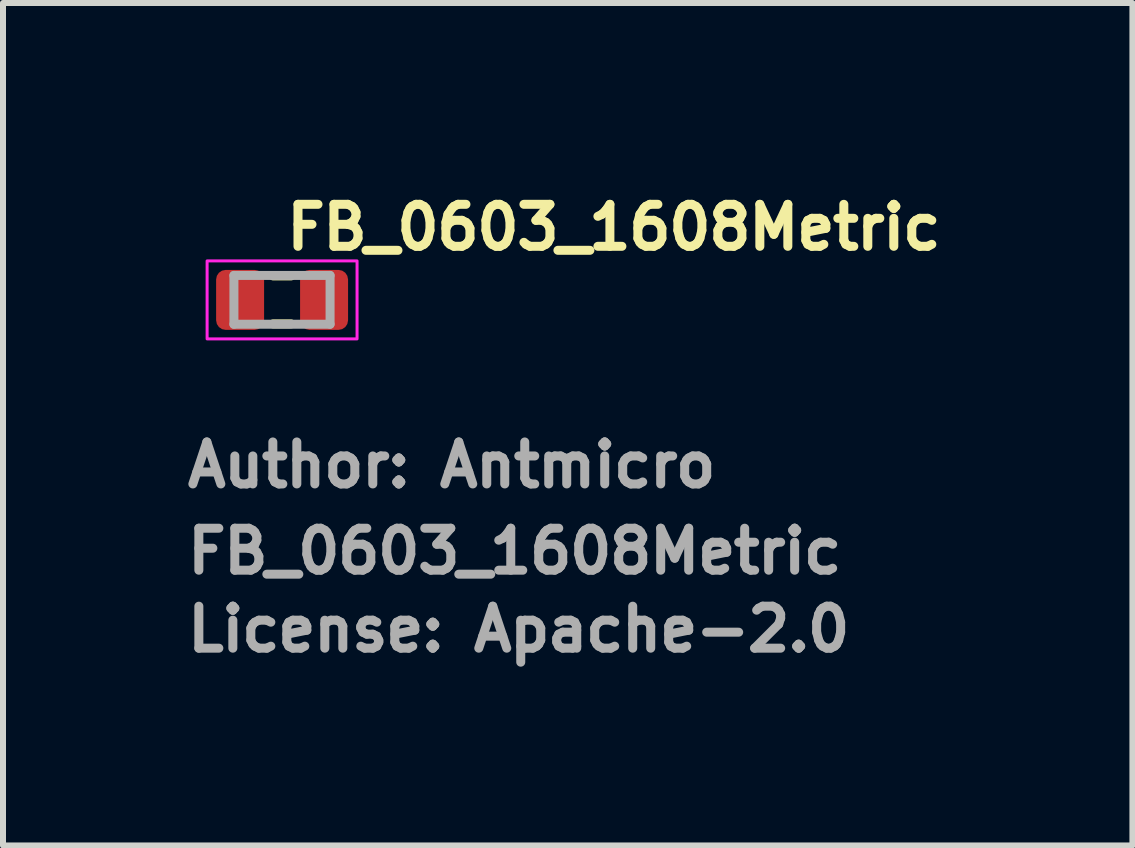
<source format=kicad_pcb>
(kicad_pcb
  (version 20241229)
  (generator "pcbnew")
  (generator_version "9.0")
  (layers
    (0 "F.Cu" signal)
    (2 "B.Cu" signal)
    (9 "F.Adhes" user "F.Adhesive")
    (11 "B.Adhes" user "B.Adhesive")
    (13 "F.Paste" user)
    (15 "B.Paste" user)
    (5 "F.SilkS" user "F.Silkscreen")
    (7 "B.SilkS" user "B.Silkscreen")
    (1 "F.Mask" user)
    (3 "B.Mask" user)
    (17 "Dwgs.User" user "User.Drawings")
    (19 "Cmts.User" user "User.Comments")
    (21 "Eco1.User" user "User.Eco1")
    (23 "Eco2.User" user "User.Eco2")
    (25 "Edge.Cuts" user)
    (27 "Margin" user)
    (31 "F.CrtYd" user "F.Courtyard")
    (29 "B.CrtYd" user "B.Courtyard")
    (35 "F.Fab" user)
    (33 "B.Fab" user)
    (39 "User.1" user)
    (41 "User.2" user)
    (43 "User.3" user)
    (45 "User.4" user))
  (footprint "FB_0603_1608Metric"
    (layer "F.Cu")
    (at 1.653 1.95)
    (property "Reference" "FB_0603_1608Metric" (at 0 -0.8 0) (layer "F.SilkS") (effects (font (size 0.7 0.7) (thickness 0.15)) (justify left bottom)))
    (attr smd)
    (fp_line (start -0.15 -0.4) (end 0.15 -0.4) (stroke (width 0.15) (type solid)) (layer "F.SilkS"))
    (fp_line (start -0.15 0.4) (end 0.15 0.4) (stroke (width 0.15) (type solid)) (layer "F.SilkS"))
    (fp_rect (start -1.25 -0.65) (end 1.25 0.65) (stroke (width 0.05) (type solid)) (fill no) (layer "F.CrtYd"))
    (fp_line (start -0.803 0.406) (end -0.803 -0.408) (stroke (width 0.15) (type solid)) (layer "F.Fab"))
    (fp_line (start 0.8 -0.408) (end -0.803 -0.408) (stroke (width 0.15) (type solid)) (layer "F.Fab"))
    (fp_line (start 0.8 -0.408) (end 0.8 0.406) (stroke (width 0.15) (type solid)) (layer "F.Fab"))
    (fp_line (start 0.8 0.406) (end -0.803 0.406) (stroke (width 0.15) (type solid)) (layer "F.Fab"))
    (fp_rect (start -0.802 -0.402) (end 0.8 0.4) (stroke (width 0.1) (type solid)) (fill no) (layer "User.5"))
    (fp_line (start -0.802 -0.392) (end -0.802 -0.392) (stroke (width 0.02) (type solid)) (layer "User.9"))
    (fp_line (start -0.802 -0.392) (end -0.801 -0.391) (stroke (width 0.02) (type solid)) (layer "User.9"))
    (fp_line (start -0.802 0.39) (end -0.802 -0.392) (stroke (width 0.02) (type solid)) (layer "User.9"))
    (fp_line (start -0.802 0.39) (end -0.802 0.39) (stroke (width 0.02) (type solid)) (layer "User.9"))
    (fp_line (start -0.802 0.39) (end -0.801 0.39) (stroke (width 0.02) (type solid)) (layer "User.9"))
    (fp_line (start -0.801 -0.396) (end -0.801 -0.395) (stroke (width 0.02) (type solid)) (layer "User.9"))
    (fp_line (start -0.801 -0.395) (end -0.801 -0.395) (stroke (width 0.02) (type solid)) (layer "User.9"))
    (fp_line (start -0.801 -0.395) (end -0.801 -0.394) (stroke (width 0.02) (type solid)) (layer "User.9"))
    (fp_line (start -0.801 -0.394) (end -0.801 -0.394) (stroke (width 0.02) (type solid)) (layer "User.9"))
    (fp_line (start -0.801 -0.394) (end -0.801 -0.394) (stroke (width 0.02) (type solid)) (layer "User.9"))
    (fp_line (start -0.801 -0.394) (end -0.801 -0.393) (stroke (width 0.02) (type solid)) (layer "User.9"))
    (fp_line (start -0.801 -0.393) (end -0.801 -0.393) (stroke (width 0.02) (type solid)) (layer "User.9"))
    (fp_line (start -0.801 -0.393) (end -0.801 -0.392) (stroke (width 0.02) (type solid)) (layer "User.9"))
    (fp_line (start -0.801 -0.392) (end -0.802 -0.392) (stroke (width 0.02) (type solid)) (layer "User.9"))
    (fp_line (start -0.801 -0.391) (end -0.801 -0.39) (stroke (width 0.02) (type solid)) (layer "User.9"))
    (fp_line (start -0.801 -0.39) (end -0.801 -0.39) (stroke (width 0.02) (type solid)) (layer "User.9"))
    (fp_line (start -0.801 -0.39) (end -0.801 -0.389) (stroke (width 0.02) (type solid)) (layer "User.9"))
    (fp_line (start -0.801 -0.389) (end -0.801 -0.389) (stroke (width 0.02) (type solid)) (layer "User.9"))
    (fp_line (start -0.801 -0.389) (end -0.801 -0.389) (stroke (width 0.02) (type solid)) (layer "User.9"))
    (fp_line (start -0.801 -0.389) (end -0.801 -0.388) (stroke (width 0.02) (type solid)) (layer "User.9"))
    (fp_line (start -0.801 -0.388) (end -0.801 -0.388) (stroke (width 0.02) (type solid)) (layer "User.9"))
    (fp_line (start -0.801 -0.388) (end -0.801 -0.387) (stroke (width 0.02) (type solid)) (layer "User.9"))
    (fp_line (start -0.801 -0.387) (end -0.8 -0.387) (stroke (width 0.02) (type solid)) (layer "User.9"))
    (fp_line (start -0.801 0.385) (end -0.801 0.386) (stroke (width 0.02) (type solid)) (layer "User.9"))
    (fp_line (start -0.801 0.386) (end -0.801 0.386) (stroke (width 0.02) (type solid)) (layer "User.9"))
    (fp_line (start -0.801 0.386) (end -0.801 0.387) (stroke (width 0.02) (type solid)) (layer "User.9"))
    (fp_line (start -0.801 0.387) (end -0.801 0.387) (stroke (width 0.02) (type solid)) (layer "User.9"))
    (fp_line (start -0.801 0.387) (end -0.801 0.387) (stroke (width 0.02) (type solid)) (layer "User.9"))
    (fp_line (start -0.801 0.387) (end -0.801 0.388) (stroke (width 0.02) (type solid)) (layer "User.9"))
    (fp_line (start -0.801 0.388) (end -0.801 0.388) (stroke (width 0.02) (type solid)) (layer "User.9"))
    (fp_line (start -0.801 0.388) (end -0.801 0.389) (stroke (width 0.02) (type solid)) (layer "User.9"))
    (fp_line (start -0.801 0.389) (end -0.802 0.39) (stroke (width 0.02) (type solid)) (layer "User.9"))
    (fp_line (start -0.801 0.39) (end -0.801 0.391) (stroke (width 0.02) (type solid)) (layer "User.9"))
    (fp_line (start -0.801 0.391) (end -0.801 0.391) (stroke (width 0.02) (type solid)) (layer "User.9"))
    (fp_line (start -0.801 0.391) (end -0.801 0.392) (stroke (width 0.02) (type solid)) (layer "User.9"))
    (fp_line (start -0.801 0.392) (end -0.801 0.392) (stroke (width 0.02) (type solid)) (layer "User.9"))
    (fp_line (start -0.801 0.392) (end -0.801 0.392) (stroke (width 0.02) (type solid)) (layer "User.9"))
    (fp_line (start -0.801 0.392) (end -0.801 0.393) (stroke (width 0.02) (type solid)) (layer "User.9"))
    (fp_line (start -0.801 0.393) (end -0.801 0.393) (stroke (width 0.02) (type solid)) (layer "User.9"))
    (fp_line (start -0.801 0.393) (end -0.801 0.394) (stroke (width 0.02) (type solid)) (layer "User.9"))
    (fp_line (start -0.801 0.394) (end -0.8 0.394) (stroke (width 0.02) (type solid)) (layer "User.9"))
    (fp_line (start -0.8 -0.397) (end -0.8 -0.397) (stroke (width 0.02) (type solid)) (layer "User.9"))
    (fp_line (start -0.8 -0.397) (end -0.8 -0.397) (stroke (width 0.02) (type solid)) (layer "User.9"))
    (fp_line (start -0.8 -0.397) (end -0.8 -0.396) (stroke (width 0.02) (type solid)) (layer "User.9"))
    (fp_line (start -0.8 -0.396) (end -0.801 -0.396) (stroke (width 0.02) (type solid)) (layer "User.9"))
    (fp_line (start -0.8 -0.387) (end -0.8 -0.386) (stroke (width 0.02) (type solid)) (layer "User.9"))
    (fp_line (start -0.8 -0.386) (end -0.8 -0.386) (stroke (width 0.02) (type solid)) (layer "User.9"))
    (fp_line (start -0.8 -0.386) (end -0.8 -0.386) (stroke (width 0.02) (type solid)) (layer "User.9"))
    (fp_line (start -0.8 -0.386) (end -0.799 -0.384) (stroke (width 0.02) (type solid)) (layer "User.9"))
    (fp_line (start -0.8 0.384) (end -0.8 0.384) (stroke (width 0.02) (type solid)) (layer "User.9"))
    (fp_line (start -0.8 0.384) (end -0.8 0.384) (stroke (width 0.02) (type solid)) (layer "User.9"))
    (fp_line (start -0.8 0.384) (end -0.8 0.385) (stroke (width 0.02) (type solid)) (layer "User.9"))
    (fp_line (start -0.8 0.385) (end -0.801 0.385) (stroke (width 0.02) (type solid)) (layer "User.9"))
    (fp_line (start -0.8 0.394) (end -0.8 0.395) (stroke (width 0.02) (type solid)) (layer "User.9"))
    (fp_line (start -0.8 0.395) (end -0.8 0.395) (stroke (width 0.02) (type solid)) (layer "User.9"))
    (fp_line (start -0.8 0.395) (end -0.8 0.395) (stroke (width 0.02) (type solid)) (layer "User.9"))
    (fp_line (start -0.8 0.395) (end -0.799 0.396) (stroke (width 0.02) (type solid)) (layer "User.9"))
    (fp_line (start -0.799 -0.399) (end -0.799 -0.398) (stroke (width 0.02) (type solid)) (layer "User.9"))
    (fp_line (start -0.799 -0.398) (end -0.8 -0.397) (stroke (width 0.02) (type solid)) (layer "User.9"))
    (fp_line (start -0.799 -0.398) (end -0.799 -0.398) (stroke (width 0.02) (type solid)) (layer "User.9"))
    (fp_line (start -0.799 -0.384) (end -0.799 -0.384) (stroke (width 0.02) (type solid)) (layer "User.9"))
    (fp_line (start -0.799 -0.384) (end -0.799 -0.383) (stroke (width 0.02) (type solid)) (layer "User.9"))
    (fp_line (start -0.799 -0.383) (end -0.798 -0.383) (stroke (width 0.02) (type solid)) (layer "User.9"))
    (fp_line (start -0.799 0.381) (end -0.799 0.382) (stroke (width 0.02) (type solid)) (layer "User.9"))
    (fp_line (start -0.799 0.382) (end -0.8 0.384) (stroke (width 0.02) (type solid)) (layer "User.9"))
    (fp_line (start -0.799 0.382) (end -0.799 0.382) (stroke (width 0.02) (type solid)) (layer "User.9"))
    (fp_line (start -0.799 0.396) (end -0.799 0.396) (stroke (width 0.02) (type solid)) (layer "User.9"))
    (fp_line (start -0.799 0.396) (end -0.799 0.397) (stroke (width 0.02) (type solid)) (layer "User.9"))
    (fp_line (start -0.799 0.397) (end -0.798 0.397) (stroke (width 0.02) (type solid)) (layer "User.9"))
    (fp_line (start -0.798 -0.399) (end -0.799 -0.399) (stroke (width 0.02) (type solid)) (layer "User.9"))
    (fp_line (start -0.798 -0.399) (end -0.798 -0.399) (stroke (width 0.02) (type solid)) (layer "User.9"))
    (fp_line (start -0.798 -0.383) (end -0.798 -0.383) (stroke (width 0.02) (type solid)) (layer "User.9"))
    (fp_line (start -0.798 -0.383) (end -0.797 -0.382) (stroke (width 0.02) (type solid)) (layer "User.9"))
    (fp_line (start -0.798 0.381) (end -0.799 0.381) (stroke (width 0.02) (type solid)) (layer "User.9"))
    (fp_line (start -0.798 0.381) (end -0.798 0.381) (stroke (width 0.02) (type solid)) (layer "User.9"))
    (fp_line (start -0.798 0.397) (end -0.798 0.397) (stroke (width 0.02) (type solid)) (layer "User.9"))
    (fp_line (start -0.798 0.397) (end -0.797 0.398) (stroke (width 0.02) (type solid)) (layer "User.9"))
    (fp_line (start -0.797 -0.4) (end -0.798 -0.399) (stroke (width 0.02) (type solid)) (layer "User.9"))
    (fp_line (start -0.797 -0.4) (end -0.797 -0.4) (stroke (width 0.02) (type solid)) (layer "User.9"))
    (fp_line (start -0.797 -0.4) (end -0.797 -0.4) (stroke (width 0.02) (type solid)) (layer "User.9"))
    (fp_line (start -0.797 -0.382) (end -0.797 -0.382) (stroke (width 0.02) (type solid)) (layer "User.9"))
    (fp_line (start -0.797 -0.382) (end -0.797 -0.382) (stroke (width 0.02) (type solid)) (layer "User.9"))
    (fp_line (start -0.797 -0.382) (end -0.796 -0.382) (stroke (width 0.02) (type solid)) (layer "User.9"))
    (fp_line (start -0.797 0.38) (end -0.798 0.381) (stroke (width 0.02) (type solid)) (layer "User.9"))
    (fp_line (start -0.797 0.38) (end -0.797 0.38) (stroke (width 0.02) (type solid)) (layer "User.9"))
    (fp_line (start -0.797 0.38) (end -0.797 0.38) (stroke (width 0.02) (type solid)) (layer "User.9"))
    (fp_line (start -0.797 0.398) (end -0.797 0.398) (stroke (width 0.02) (type solid)) (layer "User.9"))
    (fp_line (start -0.797 0.398) (end -0.797 0.398) (stroke (width 0.02) (type solid)) (layer "User.9"))
    (fp_line (start -0.797 0.398) (end -0.796 0.398) (stroke (width 0.02) (type solid)) (layer "User.9"))
    (fp_line (start -0.796 -0.401) (end -0.796 -0.4) (stroke (width 0.02) (type solid)) (layer "User.9"))
    (fp_line (start -0.796 -0.4) (end -0.797 -0.4) (stroke (width 0.02) (type solid)) (layer "User.9"))
    (fp_line (start -0.796 -0.382) (end -0.796 -0.381) (stroke (width 0.02) (type solid)) (layer "User.9"))
    (fp_line (start -0.796 -0.381) (end -0.795 -0.381) (stroke (width 0.02) (type solid)) (layer "User.9"))
    (fp_line (start -0.796 0.379) (end -0.796 0.38) (stroke (width 0.02) (type solid)) (layer "User.9"))
    (fp_line (start -0.796 0.38) (end -0.797 0.38) (stroke (width 0.02) (type solid)) (layer "User.9"))
    (fp_line (start -0.796 0.398) (end -0.796 0.399) (stroke (width 0.02) (type solid)) (layer "User.9"))
    (fp_line (start -0.796 0.399) (end -0.795 0.399) (stroke (width 0.02) (type solid)) (layer "User.9"))
    (fp_line (start -0.795 -0.401) (end -0.796 -0.401) (stroke (width 0.02) (type solid)) (layer "User.9"))
    (fp_line (start -0.795 -0.401) (end -0.795 -0.401) (stroke (width 0.02) (type solid)) (layer "User.9"))
    (fp_line (start -0.795 -0.381) (end -0.795 -0.381) (stroke (width 0.02) (type solid)) (layer "User.9"))
    (fp_line (start -0.795 -0.381) (end -0.794 -0.381) (stroke (width 0.02) (type solid)) (layer "User.9"))
    (fp_line (start -0.795 0.379) (end -0.796 0.379) (stroke (width 0.02) (type solid)) (layer "User.9"))
    (fp_line (start -0.795 0.379) (end -0.795 0.379) (stroke (width 0.02) (type solid)) (layer "User.9"))
    (fp_line (start -0.795 0.399) (end -0.795 0.399) (stroke (width 0.02) (type solid)) (layer "User.9"))
    (fp_line (start -0.795 0.399) (end -0.794 0.399) (stroke (width 0.02) (type solid)) (layer "User.9"))
    (fp_line (start -0.794 -0.401) (end -0.795 -0.401) (stroke (width 0.02) (type solid)) (layer "User.9"))
    (fp_line (start -0.794 -0.401) (end -0.794 -0.401) (stroke (width 0.02) (type solid)) (layer "User.9"))
    (fp_line (start -0.794 -0.401) (end -0.794 -0.401) (stroke (width 0.02) (type solid)) (layer "User.9"))
    (fp_line (start -0.794 -0.381) (end -0.794 -0.381) (stroke (width 0.02) (type solid)) (layer "User.9"))
    (fp_line (start -0.794 -0.381) (end -0.794 -0.381) (stroke (width 0.02) (type solid)) (layer "User.9"))
    (fp_line (start -0.794 -0.381) (end -0.793 -0.381) (stroke (width 0.02) (type solid)) (layer "User.9"))
    (fp_line (start -0.794 0.379) (end -0.795 0.379) (stroke (width 0.02) (type solid)) (layer "User.9"))
    (fp_line (start -0.794 0.379) (end -0.794 0.379) (stroke (width 0.02) (type solid)) (layer "User.9"))
    (fp_line (start -0.794 0.379) (end -0.794 0.379) (stroke (width 0.02) (type solid)) (layer "User.9"))
    (fp_line (start -0.794 0.399) (end -0.794 0.399) (stroke (width 0.02) (type solid)) (layer "User.9"))
    (fp_line (start -0.794 0.399) (end -0.794 0.399) (stroke (width 0.02) (type solid)) (layer "User.9"))
    (fp_line (start -0.794 0.399) (end -0.793 0.399) (stroke (width 0.02) (type solid)) (layer "User.9"))
    (fp_line (start -0.793 -0.401) (end -0.794 -0.401) (stroke (width 0.02) (type solid)) (layer "User.9"))
    (fp_line (start -0.793 -0.401) (end -0.793 -0.401) (stroke (width 0.02) (type solid)) (layer "User.9"))
    (fp_line (start -0.793 -0.381) (end -0.793 -0.381) (stroke (width 0.02) (type solid)) (layer "User.9"))
    (fp_line (start -0.793 -0.381) (end -0.792 -0.381) (stroke (width 0.02) (type solid)) (layer "User.9"))
    (fp_line (start -0.793 0.379) (end -0.794 0.379) (stroke (width 0.02) (type solid)) (layer "User.9"))
    (fp_line (start -0.793 0.379) (end -0.793 0.379) (stroke (width 0.02) (type solid)) (layer "User.9"))
    (fp_line (start -0.793 0.399) (end -0.793 0.399) (stroke (width 0.02) (type solid)) (layer "User.9"))
    (fp_line (start -0.793 0.399) (end -0.792 0.399) (stroke (width 0.02) (type solid)) (layer "User.9"))
    (fp_line (start -0.792 -0.402) (end -0.792 -0.402) (stroke (width 0.02) (type solid)) (layer "User.9"))
    (fp_line (start -0.792 -0.402) (end -0.792 -0.401) (stroke (width 0.02) (type solid)) (layer "User.9"))
    (fp_line (start -0.792 -0.402) (end -0.777 -0.402) (stroke (width 0.02) (type solid)) (layer "User.9"))
    (fp_line (start -0.792 -0.402) (end -0.772 -0.402) (stroke (width 0.02) (type solid)) (layer "User.9"))
    (fp_line (start -0.792 -0.401) (end -0.793 -0.401) (stroke (width 0.02) (type solid)) (layer "User.9"))
    (fp_line (start -0.792 -0.381) (end -0.792 -0.38) (stroke (width 0.02) (type solid)) (layer "User.9"))
    (fp_line (start -0.792 -0.38) (end -0.792 -0.38) (stroke (width 0.02) (type solid)) (layer "User.9"))
    (fp_line (start -0.792 -0.38) (end -0.791 -0.381) (stroke (width 0.02) (type solid)) (layer "User.9"))
    (fp_line (start -0.792 0.378) (end -0.792 0.378) (stroke (width 0.02) (type solid)) (layer "User.9"))
    (fp_line (start -0.792 0.378) (end -0.792 0.379) (stroke (width 0.02) (type solid)) (layer "User.9"))
    (fp_line (start -0.792 0.379) (end -0.793 0.379) (stroke (width 0.02) (type solid)) (layer "User.9"))
    (fp_line (start -0.792 0.399) (end -0.792 0.4) (stroke (width 0.02) (type solid)) (layer "User.9"))
    (fp_line (start -0.792 0.4) (end -0.792 0.4) (stroke (width 0.02) (type solid)) (layer "User.9"))
    (fp_line (start -0.792 0.4) (end -0.791 0.399) (stroke (width 0.02) (type solid)) (layer "User.9"))
    (fp_line (start -0.792 0.4) (end -0.777 0.4) (stroke (width 0.02) (type solid)) (layer "User.9"))
    (fp_line (start -0.792 0.4) (end -0.772 0.4) (stroke (width 0.02) (type solid)) (layer "User.9"))
    (fp_line (start -0.791 -0.401) (end -0.792 -0.402) (stroke (width 0.02) (type solid)) (layer "User.9"))
    (fp_line (start -0.791 -0.381) (end -0.79 -0.381) (stroke (width 0.02) (type solid)) (layer "User.9"))
    (fp_line (start -0.791 0.379) (end -0.792 0.378) (stroke (width 0.02) (type solid)) (layer "User.9"))
    (fp_line (start -0.791 0.399) (end -0.79 0.399) (stroke (width 0.02) (type solid)) (layer "User.9"))
    (fp_line (start -0.79 -0.401) (end -0.791 -0.401) (stroke (width 0.02) (type solid)) (layer "User.9"))
    (fp_line (start -0.79 -0.401) (end -0.79 -0.401) (stroke (width 0.02) (type solid)) (layer "User.9"))
    (fp_line (start -0.79 -0.381) (end -0.79 -0.381) (stroke (width 0.02) (type solid)) (layer "User.9"))
    (fp_line (start -0.79 -0.381) (end -0.789 -0.381) (stroke (width 0.02) (type solid)) (layer "User.9"))
    (fp_line (start -0.79 0.379) (end -0.791 0.379) (stroke (width 0.02) (type solid)) (layer "User.9"))
    (fp_line (start -0.79 0.379) (end -0.79 0.379) (stroke (width 0.02) (type solid)) (layer "User.9"))
    (fp_line (start -0.79 0.399) (end -0.79 0.399) (stroke (width 0.02) (type solid)) (layer "User.9"))
    (fp_line (start -0.79 0.399) (end -0.789 0.399) (stroke (width 0.02) (type solid)) (layer "User.9"))
    (fp_line (start -0.789 -0.401) (end -0.79 -0.401) (stroke (width 0.02) (type solid)) (layer "User.9"))
    (fp_line (start -0.789 -0.401) (end -0.789 -0.401) (stroke (width 0.02) (type solid)) (layer "User.9"))
    (fp_line (start -0.789 -0.401) (end -0.789 -0.401) (stroke (width 0.02) (type solid)) (layer "User.9"))
    (fp_line (start -0.789 -0.381) (end -0.789 -0.381) (stroke (width 0.02) (type solid)) (layer "User.9"))
    (fp_line (start -0.789 -0.381) (end -0.789 -0.381) (stroke (width 0.02) (type solid)) (layer "User.9"))
    (fp_line (start -0.789 -0.381) (end -0.788 -0.381) (stroke (width 0.02) (type solid)) (layer "User.9"))
    (fp_line (start -0.789 0.379) (end -0.79 0.379) (stroke (width 0.02) (type solid)) (layer "User.9"))
    (fp_line (start -0.789 0.379) (end -0.789 0.379) (stroke (width 0.02) (type solid)) (layer "User.9"))
    (fp_line (start -0.789 0.379) (end -0.789 0.379) (stroke (width 0.02) (type solid)) (layer "User.9"))
    (fp_line (start -0.789 0.399) (end -0.789 0.399) (stroke (width 0.02) (type solid)) (layer "User.9"))
    (fp_line (start -0.789 0.399) (end -0.789 0.399) (stroke (width 0.02) (type solid)) (layer "User.9"))
    (fp_line (start -0.789 0.399) (end -0.788 0.399) (stroke (width 0.02) (type solid)) (layer "User.9"))
    (fp_line (start -0.788 -0.401) (end -0.789 -0.401) (stroke (width 0.02) (type solid)) (layer "User.9"))
    (fp_line (start -0.788 -0.401) (end -0.788 -0.401) (stroke (width 0.02) (type solid)) (layer "User.9"))
    (fp_line (start -0.788 -0.381) (end -0.788 -0.381) (stroke (width 0.02) (type solid)) (layer "User.9"))
    (fp_line (start -0.788 -0.381) (end -0.787 -0.381) (stroke (width 0.02) (type solid)) (layer "User.9"))
    (fp_line (start -0.788 0.379) (end -0.789 0.379) (stroke (width 0.02) (type solid)) (layer "User.9"))
    (fp_line (start -0.788 0.379) (end -0.788 0.379) (stroke (width 0.02) (type solid)) (layer "User.9"))
    (fp_line (start -0.788 0.399) (end -0.788 0.399) (stroke (width 0.02) (type solid)) (layer "User.9"))
    (fp_line (start -0.788 0.399) (end -0.787 0.399) (stroke (width 0.02) (type solid)) (layer "User.9"))
    (fp_line (start -0.787 -0.401) (end -0.788 -0.401) (stroke (width 0.02) (type solid)) (layer "User.9"))
    (fp_line (start -0.787 -0.4) (end -0.787 -0.401) (stroke (width 0.02) (type solid)) (layer "User.9"))
    (fp_line (start -0.787 -0.382) (end -0.786 -0.382) (stroke (width 0.02) (type solid)) (layer "User.9"))
    (fp_line (start -0.787 -0.381) (end -0.787 -0.382) (stroke (width 0.02) (type solid)) (layer "User.9"))
    (fp_line (start -0.787 0.379) (end -0.788 0.379) (stroke (width 0.02) (type solid)) (layer "User.9"))
    (fp_line (start -0.787 0.38) (end -0.787 0.379) (stroke (width 0.02) (type solid)) (layer "User.9"))
    (fp_line (start -0.787 0.398) (end -0.786 0.398) (stroke (width 0.02) (type solid)) (layer "User.9"))
    (fp_line (start -0.787 0.399) (end -0.787 0.398) (stroke (width 0.02) (type solid)) (layer "User.9"))
    (fp_line (start -0.786 -0.4) (end -0.787 -0.4) (stroke (width 0.02) (type solid)) (layer "User.9"))
    (fp_line (start -0.786 -0.4) (end -0.786 -0.4) (stroke (width 0.02) (type solid)) (layer "User.9"))
    (fp_line (start -0.786 -0.4) (end -0.786 -0.4) (stroke (width 0.02) (type solid)) (layer "User.9"))
    (fp_line (start -0.786 -0.382) (end -0.786 -0.382) (stroke (width 0.02) (type solid)) (layer "User.9"))
    (fp_line (start -0.786 -0.382) (end -0.786 -0.382) (stroke (width 0.02) (type solid)) (layer "User.9"))
    (fp_line (start -0.786 -0.382) (end -0.785 -0.383) (stroke (width 0.02) (type solid)) (layer "User.9"))
    (fp_line (start -0.786 0.38) (end -0.787 0.38) (stroke (width 0.02) (type solid)) (layer "User.9"))
    (fp_line (start -0.786 0.38) (end -0.786 0.38) (stroke (width 0.02) (type solid)) (layer "User.9"))
    (fp_line (start -0.786 0.38) (end -0.786 0.38) (stroke (width 0.02) (type solid)) (layer "User.9"))
    (fp_line (start -0.786 0.398) (end -0.786 0.398) (stroke (width 0.02) (type solid)) (layer "User.9"))
    (fp_line (start -0.786 0.398) (end -0.786 0.398) (stroke (width 0.02) (type solid)) (layer "User.9"))
    (fp_line (start -0.786 0.398) (end -0.785 0.397) (stroke (width 0.02) (type solid)) (layer "User.9"))
    (fp_line (start -0.785 -0.399) (end -0.786 -0.4) (stroke (width 0.02) (type solid)) (layer "User.9"))
    (fp_line (start -0.785 -0.399) (end -0.785 -0.399) (stroke (width 0.02) (type solid)) (layer "User.9"))
    (fp_line (start -0.785 -0.383) (end -0.785 -0.383) (stroke (width 0.02) (type solid)) (layer "User.9"))
    (fp_line (start -0.785 -0.383) (end -0.784 -0.383) (stroke (width 0.02) (type solid)) (layer "User.9"))
    (fp_line (start -0.785 0.381) (end -0.786 0.38) (stroke (width 0.02) (type solid)) (layer "User.9"))
    (fp_line (start -0.785 0.381) (end -0.785 0.381) (stroke (width 0.02) (type solid)) (layer "User.9"))
    (fp_line (start -0.785 0.397) (end -0.785 0.397) (stroke (width 0.02) (type solid)) (layer "User.9"))
    (fp_line (start -0.785 0.397) (end -0.784 0.397) (stroke (width 0.02) (type solid)) (layer "User.9"))
    (fp_line (start -0.784 -0.399) (end -0.785 -0.399) (stroke (width 0.02) (type solid)) (layer "User.9"))
    (fp_line (start -0.784 -0.398) (end -0.784 -0.399) (stroke (width 0.02) (type solid)) (layer "User.9"))
    (fp_line (start -0.784 -0.398) (end -0.784 -0.398) (stroke (width 0.02) (type solid)) (layer "User.9"))
    (fp_line (start -0.784 -0.384) (end -0.784 -0.384) (stroke (width 0.02) (type solid)) (layer "User.9"))
    (fp_line (start -0.784 -0.384) (end -0.783 -0.386) (stroke (width 0.02) (type solid)) (layer "User.9"))
    (fp_line (start -0.784 -0.383) (end -0.784 -0.384) (stroke (width 0.02) (type solid)) (layer "User.9"))
    (fp_line (start -0.784 0.381) (end -0.785 0.381) (stroke (width 0.02) (type solid)) (layer "User.9"))
    (fp_line (start -0.784 0.382) (end -0.784 0.381) (stroke (width 0.02) (type solid)) (layer "User.9"))
    (fp_line (start -0.784 0.382) (end -0.784 0.382) (stroke (width 0.02) (type solid)) (layer "User.9"))
    (fp_line (start -0.784 0.396) (end -0.784 0.396) (stroke (width 0.02) (type solid)) (layer "User.9"))
    (fp_line (start -0.784 0.396) (end -0.783 0.395) (stroke (width 0.02) (type solid)) (layer "User.9"))
    (fp_line (start -0.784 0.397) (end -0.784 0.396) (stroke (width 0.02) (type solid)) (layer "User.9"))
    (fp_line (start -0.783 -0.397) (end -0.784 -0.398) (stroke (width 0.02) (type solid)) (layer "User.9"))
    (fp_line (start -0.783 -0.397) (end -0.783 -0.397) (stroke (width 0.02) (type solid)) (layer "User.9"))
    (fp_line (start -0.783 -0.397) (end -0.783 -0.397) (stroke (width 0.02) (type solid)) (layer "User.9"))
    (fp_line (start -0.783 -0.396) (end -0.783 -0.397) (stroke (width 0.02) (type solid)) (layer "User.9"))
    (fp_line (start -0.783 -0.387) (end -0.782 -0.387) (stroke (width 0.02) (type solid)) (layer "User.9"))
    (fp_line (start -0.783 -0.386) (end -0.783 -0.387) (stroke (width 0.02) (type solid)) (layer "User.9"))
    (fp_line (start -0.783 -0.386) (end -0.783 -0.386) (stroke (width 0.02) (type solid)) (layer "User.9"))
    (fp_line (start -0.783 -0.386) (end -0.783 -0.386) (stroke (width 0.02) (type solid)) (layer "User.9"))
    (fp_line (start -0.783 0.384) (end -0.784 0.382) (stroke (width 0.02) (type solid)) (layer "User.9"))
    (fp_line (start -0.783 0.384) (end -0.783 0.384) (stroke (width 0.02) (type solid)) (layer "User.9"))
    (fp_line (start -0.783 0.384) (end -0.783 0.384) (stroke (width 0.02) (type solid)) (layer "User.9"))
    (fp_line (start -0.783 0.385) (end -0.783 0.384) (stroke (width 0.02) (type solid)) (layer "User.9"))
    (fp_line (start -0.783 0.394) (end -0.782 0.394) (stroke (width 0.02) (type solid)) (layer "User.9"))
    (fp_line (start -0.783 0.395) (end -0.783 0.394) (stroke (width 0.02) (type solid)) (layer "User.9"))
    (fp_line (start -0.783 0.395) (end -0.783 0.395) (stroke (width 0.02) (type solid)) (layer "User.9"))
    (fp_line (start -0.783 0.395) (end -0.783 0.395) (stroke (width 0.02) (type solid)) (layer "User.9"))
    (fp_line (start -0.782 -0.396) (end -0.783 -0.396) (stroke (width 0.02) (type solid)) (layer "User.9"))
    (fp_line (start -0.782 -0.395) (end -0.782 -0.396) (stroke (width 0.02) (type solid)) (layer "User.9"))
    (fp_line (start -0.782 -0.395) (end -0.782 -0.395) (stroke (width 0.02) (type solid)) (layer "User.9"))
    (fp_line (start -0.782 -0.394) (end -0.782 -0.395) (stroke (width 0.02) (type solid)) (layer "User.9"))
    (fp_line (start -0.782 -0.394) (end -0.782 -0.394) (stroke (width 0.02) (type solid)) (layer "User.9"))
    (fp_line (start -0.782 -0.394) (end -0.782 -0.394) (stroke (width 0.02) (type solid)) (layer "User.9"))
    (fp_line (start -0.782 -0.393) (end -0.782 -0.394) (stroke (width 0.02) (type solid)) (layer "User.9"))
    (fp_line (start -0.782 -0.393) (end -0.782 -0.393) (stroke (width 0.02) (type solid)) (layer "User.9"))
    (fp_line (start -0.782 -0.392) (end -0.782 -0.393) (stroke (width 0.02) (type solid)) (layer "User.9"))
    (fp_line (start -0.782 -0.392) (end -0.782 -0.392) (stroke (width 0.02) (type solid)) (layer "User.9"))
    (fp_line (start -0.782 -0.392) (end -0.782 -0.392) (stroke (width 0.02) (type solid)) (layer "User.9"))
    (fp_line (start -0.782 -0.392) (end -0.782 -0.392) (stroke (width 0.02) (type solid)) (layer "User.9"))
    (fp_line (start -0.782 -0.391) (end -0.782 -0.392) (stroke (width 0.02) (type solid)) (layer "User.9"))
    (fp_line (start -0.782 -0.39) (end -0.782 -0.391) (stroke (width 0.02) (type solid)) (layer "User.9"))
    (fp_line (start -0.782 -0.39) (end -0.782 -0.39) (stroke (width 0.02) (type solid)) (layer "User.9"))
    (fp_line (start -0.782 -0.389) (end -0.782 -0.39) (stroke (width 0.02) (type solid)) (layer "User.9"))
    (fp_line (start -0.782 -0.389) (end -0.782 -0.389) (stroke (width 0.02) (type solid)) (layer "User.9"))
    (fp_line (start -0.782 -0.389) (end -0.782 -0.389) (stroke (width 0.02) (type solid)) (layer "User.9"))
    (fp_line (start -0.782 -0.388) (end -0.782 -0.389) (stroke (width 0.02) (type solid)) (layer "User.9"))
    (fp_line (start -0.782 -0.388) (end -0.782 -0.388) (stroke (width 0.02) (type solid)) (layer "User.9"))
    (fp_line (start -0.782 -0.387) (end -0.782 -0.388) (stroke (width 0.02) (type solid)) (layer "User.9"))
    (fp_line (start -0.782 0.385) (end -0.783 0.385) (stroke (width 0.02) (type solid)) (layer "User.9"))
    (fp_line (start -0.782 0.386) (end -0.782 0.385) (stroke (width 0.02) (type solid)) (layer "User.9"))
    (fp_line (start -0.782 0.386) (end -0.782 0.386) (stroke (width 0.02) (type solid)) (layer "User.9"))
    (fp_line (start -0.782 0.387) (end -0.782 0.386) (stroke (width 0.02) (type solid)) (layer "User.9"))
    (fp_line (start -0.782 0.387) (end -0.782 0.387) (stroke (width 0.02) (type solid)) (layer "User.9"))
    (fp_line (start -0.782 0.387) (end -0.782 0.387) (stroke (width 0.02) (type solid)) (layer "User.9"))
    (fp_line (start -0.782 0.388) (end -0.782 0.387) (stroke (width 0.02) (type solid)) (layer "User.9"))
    (fp_line (start -0.782 0.388) (end -0.782 0.388) (stroke (width 0.02) (type solid)) (layer "User.9"))
    (fp_line (start -0.782 0.389) (end -0.782 0.388) (stroke (width 0.02) (type solid)) (layer "User.9"))
    (fp_line (start -0.782 0.39) (end -0.782 0.389) (stroke (width 0.02) (type solid)) (layer "User.9"))
    (fp_line (start -0.782 0.39) (end -0.782 0.39) (stroke (width 0.02) (type solid)) (layer "User.9"))
    (fp_line (start -0.782 0.39) (end -0.782 0.39) (stroke (width 0.02) (type solid)) (layer "User.9"))
    (fp_line (start -0.782 0.39) (end -0.782 0.39) (stroke (width 0.02) (type solid)) (layer "User.9"))
    (fp_line (start -0.782 0.391) (end -0.782 0.39) (stroke (width 0.02) (type solid)) (layer "User.9"))
    (fp_line (start -0.782 0.391) (end -0.782 0.391) (stroke (width 0.02) (type solid)) (layer "User.9"))
    (fp_line (start -0.782 0.392) (end -0.782 0.391) (stroke (width 0.02) (type solid)) (layer "User.9"))
    (fp_line (start -0.782 0.392) (end -0.782 0.392) (stroke (width 0.02) (type solid)) (layer "User.9"))
    (fp_line (start -0.782 0.392) (end -0.782 0.392) (stroke (width 0.02) (type solid)) (layer "User.9"))
    (fp_line (start -0.782 0.393) (end -0.782 0.392) (stroke (width 0.02) (type solid)) (layer "User.9"))
    (fp_line (start -0.782 0.393) (end -0.782 0.393) (stroke (width 0.02) (type solid)) (layer "User.9"))
    (fp_line (start -0.782 0.394) (end -0.782 0.393) (stroke (width 0.02) (type solid)) (layer "User.9"))
    (fp_line (start -0.777 -0.402) (end -0.772 -0.402) (stroke (width 0.02) (type solid)) (layer "User.9"))
    (fp_line (start -0.777 -0.402) (end -0.772 -0.402) (stroke (width 0.02) (type solid)) (layer "User.9"))
    (fp_line (start -0.772 -0.402) (end -0.792 -0.402) (stroke (width 0.02) (type solid)) (layer "User.9"))
    (fp_line (start -0.772 -0.402) (end -0.6 -0.402) (stroke (width 0.02) (type solid)) (layer "User.9"))
    (fp_line (start -0.772 0.4) (end -0.792 0.4) (stroke (width 0.02) (type solid)) (layer "User.9"))
    (fp_line (start -0.6 -0.402) (end -0.59 -0.392) (stroke (width 0.02) (type solid)) (layer "User.9"))
    (fp_line (start -0.6 -0.402) (end 0.598 -0.402) (stroke (width 0.02) (type solid)) (layer "User.9"))
    (fp_line (start -0.6 0.4) (end -0.772 0.4) (stroke (width 0.02) (type solid)) (layer "User.9"))
    (fp_line (start -0.6 0.4) (end -0.6 -0.402) (stroke (width 0.02) (type solid)) (layer "User.9"))
    (fp_line (start -0.59 0.39) (end -0.6 0.4) (stroke (width 0.02) (type solid)) (layer "User.9"))
    (fp_line (start 0.588 -0.392) (end 0.598 -0.402) (stroke (width 0.02) (type solid)) (layer "User.9"))
    (fp_line (start 0.588 0.39) (end 0.598 0.4) (stroke (width 0.02) (type solid)) (layer "User.9"))
    (fp_line (start 0.598 -0.402) (end 0.598 0.4) (stroke (width 0.02) (type solid)) (layer "User.9"))
    (fp_line (start 0.598 -0.402) (end 0.77 -0.402) (stroke (width 0.02) (type solid)) (layer "User.9"))
    (fp_line (start 0.598 0.4) (end -0.6 0.4) (stroke (width 0.02) (type solid)) (layer "User.9"))
    (fp_line (start 0.77 -0.402) (end 0.775 -0.402) (stroke (width 0.02) (type solid)) (layer "User.9"))
    (fp_line (start 0.77 -0.402) (end 0.79 -0.402) (stroke (width 0.02) (type solid)) (layer "User.9"))
    (fp_line (start 0.77 0.4) (end 0.598 0.4) (stroke (width 0.02) (type solid)) (layer "User.9"))
    (fp_line (start 0.77 0.4) (end 0.79 0.4) (stroke (width 0.02) (type solid)) (layer "User.9"))
    (fp_line (start 0.775 -0.402) (end 0.77 -0.402) (stroke (width 0.02) (type solid)) (layer "User.9"))
    (fp_line (start 0.775 -0.402) (end 0.79 -0.402) (stroke (width 0.02) (type solid)) (layer "User.9"))
    (fp_line (start 0.775 0.4) (end 0.77 0.4) (stroke (width 0.02) (type solid)) (layer "User.9"))
    (fp_line (start 0.775 0.4) (end 0.77 0.4) (stroke (width 0.02) (type solid)) (layer "User.9"))
    (fp_line (start 0.78 -0.396) (end 0.78 -0.395) (stroke (width 0.02) (type solid)) (layer "User.9"))
    (fp_line (start 0.78 -0.395) (end 0.78 -0.395) (stroke (width 0.02) (type solid)) (layer "User.9"))
    (fp_line (start 0.78 -0.395) (end 0.78 -0.394) (stroke (width 0.02) (type solid)) (layer "User.9"))
    (fp_line (start 0.78 -0.394) (end 0.78 -0.394) (stroke (width 0.02) (type solid)) (layer "User.9"))
    (fp_line (start 0.78 -0.394) (end 0.78 -0.394) (stroke (width 0.02) (type solid)) (layer "User.9"))
    (fp_line (start 0.78 -0.394) (end 0.78 -0.393) (stroke (width 0.02) (type solid)) (layer "User.9"))
    (fp_line (start 0.78 -0.393) (end 0.78 -0.393) (stroke (width 0.02) (type solid)) (layer "User.9"))
    (fp_line (start 0.78 -0.393) (end 0.78 -0.392) (stroke (width 0.02) (type solid)) (layer "User.9"))
    (fp_line (start 0.78 -0.392) (end 0.78 -0.392) (stroke (width 0.02) (type solid)) (layer "User.9"))
    (fp_line (start 0.78 -0.392) (end 0.78 -0.392) (stroke (width 0.02) (type solid)) (layer "User.9"))
    (fp_line (start 0.78 -0.392) (end 0.78 -0.391) (stroke (width 0.02) (type solid)) (layer "User.9"))
    (fp_line (start 0.78 -0.391) (end 0.78 -0.39) (stroke (width 0.02) (type solid)) (layer "User.9"))
    (fp_line (start 0.78 -0.39) (end 0.78 -0.39) (stroke (width 0.02) (type solid)) (layer "User.9"))
    (fp_line (start 0.78 -0.39) (end 0.78 -0.389) (stroke (width 0.02) (type solid)) (layer "User.9"))
    (fp_line (start 0.78 -0.389) (end 0.78 -0.389) (stroke (width 0.02) (type solid)) (layer "User.9"))
    (fp_line (start 0.78 -0.389) (end 0.78 -0.389) (stroke (width 0.02) (type solid)) (layer "User.9"))
    (fp_line (start 0.78 -0.389) (end 0.78 -0.388) (stroke (width 0.02) (type solid)) (layer "User.9"))
    (fp_line (start 0.78 -0.388) (end 0.78 -0.388) (stroke (width 0.02) (type solid)) (layer "User.9"))
    (fp_line (start 0.78 -0.388) (end 0.78 -0.387) (stroke (width 0.02) (type solid)) (layer "User.9"))
    (fp_line (start 0.78 -0.387) (end 0.781 -0.387) (stroke (width 0.02) (type solid)) (layer "User.9"))
    (fp_line (start 0.78 0.385) (end 0.78 0.386) (stroke (width 0.02) (type solid)) (layer "User.9"))
    (fp_line (start 0.78 0.386) (end 0.78 0.386) (stroke (width 0.02) (type solid)) (layer "User.9"))
    (fp_line (start 0.78 0.386) (end 0.78 0.387) (stroke (width 0.02) (type solid)) (layer "User.9"))
    (fp_line (start 0.78 0.387) (end 0.78 0.387) (stroke (width 0.02) (type solid)) (layer "User.9"))
    (fp_line (start 0.78 0.387) (end 0.78 0.387) (stroke (width 0.02) (type solid)) (layer "User.9"))
    (fp_line (start 0.78 0.387) (end 0.78 0.388) (stroke (width 0.02) (type solid)) (layer "User.9"))
    (fp_line (start 0.78 0.388) (end 0.78 0.388) (stroke (width 0.02) (type solid)) (layer "User.9"))
    (fp_line (start 0.78 0.388) (end 0.78 0.389) (stroke (width 0.02) (type solid)) (layer "User.9"))
    (fp_line (start 0.78 0.389) (end 0.78 0.39) (stroke (width 0.02) (type solid)) (layer "User.9"))
    (fp_line (start 0.78 0.39) (end 0.78 0.39) (stroke (width 0.02) (type solid)) (layer "User.9"))
    (fp_line (start 0.78 0.39) (end 0.78 0.39) (stroke (width 0.02) (type solid)) (layer "User.9"))
    (fp_line (start 0.78 0.39) (end 0.78 0.391) (stroke (width 0.02) (type solid)) (layer "User.9"))
    (fp_line (start 0.78 0.391) (end 0.78 0.391) (stroke (width 0.02) (type solid)) (layer "User.9"))
    (fp_line (start 0.78 0.391) (end 0.78 0.392) (stroke (width 0.02) (type solid)) (layer "User.9"))
    (fp_line (start 0.78 0.392) (end 0.78 0.392) (stroke (width 0.02) (type solid)) (layer "User.9"))
    (fp_line (start 0.78 0.392) (end 0.78 0.392) (stroke (width 0.02) (type solid)) (layer "User.9"))
    (fp_line (start 0.78 0.392) (end 0.78 0.393) (stroke (width 0.02) (type solid)) (layer "User.9"))
    (fp_line (start 0.78 0.393) (end 0.78 0.393) (stroke (width 0.02) (type solid)) (layer "User.9"))
    (fp_line (start 0.78 0.393) (end 0.78 0.394) (stroke (width 0.02) (type solid)) (layer "User.9"))
    (fp_line (start 0.78 0.394) (end 0.781 0.394) (stroke (width 0.02) (type solid)) (layer "User.9"))
    (fp_line (start 0.781 -0.397) (end 0.781 -0.397) (stroke (width 0.02) (type solid)) (layer "User.9"))
    (fp_line (start 0.781 -0.397) (end 0.781 -0.397) (stroke (width 0.02) (type solid)) (layer "User.9"))
    (fp_line (start 0.781 -0.397) (end 0.781 -0.396) (stroke (width 0.02) (type solid)) (layer "User.9"))
    (fp_line (start 0.781 -0.396) (end 0.78 -0.396) (stroke (width 0.02) (type solid)) (layer "User.9"))
    (fp_line (start 0.781 -0.387) (end 0.781 -0.386) (stroke (width 0.02) (type solid)) (layer "User.9"))
    (fp_line (start 0.781 -0.386) (end 0.781 -0.386) (stroke (width 0.02) (type solid)) (layer "User.9"))
    (fp_line (start 0.781 -0.386) (end 0.781 -0.386) (stroke (width 0.02) (type solid)) (layer "User.9"))
    (fp_line (start 0.781 -0.386) (end 0.782 -0.384) (stroke (width 0.02) (type solid)) (layer "User.9"))
    (fp_line (start 0.781 0.384) (end 0.781 0.384) (stroke (width 0.02) (type solid)) (layer "User.9"))
    (fp_line (start 0.781 0.384) (end 0.781 0.384) (stroke (width 0.02) (type solid)) (layer "User.9"))
    (fp_line (start 0.781 0.384) (end 0.781 0.385) (stroke (width 0.02) (type solid)) (layer "User.9"))
    (fp_line (start 0.781 0.385) (end 0.78 0.385) (stroke (width 0.02) (type solid)) (layer "User.9"))
    (fp_line (start 0.781 0.394) (end 0.781 0.395) (stroke (width 0.02) (type solid)) (layer "User.9"))
    (fp_line (start 0.781 0.395) (end 0.781 0.395) (stroke (width 0.02) (type solid)) (layer "User.9"))
    (fp_line (start 0.781 0.395) (end 0.781 0.395) (stroke (width 0.02) (type solid)) (layer "User.9"))
    (fp_line (start 0.781 0.395) (end 0.782 0.396) (stroke (width 0.02) (type solid)) (layer "User.9"))
    (fp_line (start 0.782 -0.399) (end 0.782 -0.398) (stroke (width 0.02) (type solid)) (layer "User.9"))
    (fp_line (start 0.782 -0.398) (end 0.781 -0.397) (stroke (width 0.02) (type solid)) (layer "User.9"))
    (fp_line (start 0.782 -0.398) (end 0.782 -0.398) (stroke (width 0.02) (type solid)) (layer "User.9"))
    (fp_line (start 0.782 -0.384) (end 0.782 -0.384) (stroke (width 0.02) (type solid)) (layer "User.9"))
    (fp_line (start 0.782 -0.384) (end 0.782 -0.383) (stroke (width 0.02) (type solid)) (layer "User.9"))
    (fp_line (start 0.782 -0.383) (end 0.783 -0.383) (stroke (width 0.02) (type solid)) (layer "User.9"))
    (fp_line (start 0.782 0.381) (end 0.782 0.382) (stroke (width 0.02) (type solid)) (layer "User.9"))
    (fp_line (start 0.782 0.382) (end 0.781 0.384) (stroke (width 0.02) (type solid)) (layer "User.9"))
    (fp_line (start 0.782 0.382) (end 0.782 0.382) (stroke (width 0.02) (type solid)) (layer "User.9"))
    (fp_line (start 0.782 0.396) (end 0.782 0.396) (stroke (width 0.02) (type solid)) (layer "User.9"))
    (fp_line (start 0.782 0.396) (end 0.782 0.397) (stroke (width 0.02) (type solid)) (layer "User.9"))
    (fp_line (start 0.782 0.397) (end 0.783 0.397) (stroke (width 0.02) (type solid)) (layer "User.9"))
    (fp_line (start 0.783 -0.399) (end 0.782 -0.399) (stroke (width 0.02) (type solid)) (layer "User.9"))
    (fp_line (start 0.783 -0.399) (end 0.783 -0.399) (stroke (width 0.02) (type solid)) (layer "User.9"))
    (fp_line (start 0.783 -0.383) (end 0.783 -0.383) (stroke (width 0.02) (type solid)) (layer "User.9"))
    (fp_line (start 0.783 -0.383) (end 0.784 -0.382) (stroke (width 0.02) (type solid)) (layer "User.9"))
    (fp_line (start 0.783 0.381) (end 0.782 0.381) (stroke (width 0.02) (type solid)) (layer "User.9"))
    (fp_line (start 0.783 0.381) (end 0.783 0.381) (stroke (width 0.02) (type solid)) (layer "User.9"))
    (fp_line (start 0.783 0.397) (end 0.783 0.397) (stroke (width 0.02) (type solid)) (layer "User.9"))
    (fp_line (start 0.783 0.397) (end 0.784 0.398) (stroke (width 0.02) (type solid)) (layer "User.9"))
    (fp_line (start 0.784 -0.4) (end 0.783 -0.399) (stroke (width 0.02) (type solid)) (layer "User.9"))
    (fp_line (start 0.784 -0.4) (end 0.784 -0.4) (stroke (width 0.02) (type solid)) (layer "User.9"))
    (fp_line (start 0.784 -0.4) (end 0.784 -0.4) (stroke (width 0.02) (type solid)) (layer "User.9"))
    (fp_line (start 0.784 -0.382) (end 0.784 -0.382) (stroke (width 0.02) (type solid)) (layer "User.9"))
    (fp_line (start 0.784 -0.382) (end 0.784 -0.382) (stroke (width 0.02) (type solid)) (layer "User.9"))
    (fp_line (start 0.784 -0.382) (end 0.785 -0.382) (stroke (width 0.02) (type solid)) (layer "User.9"))
    (fp_line (start 0.784 0.38) (end 0.783 0.381) (stroke (width 0.02) (type solid)) (layer "User.9"))
    (fp_line (start 0.784 0.38) (end 0.784 0.38) (stroke (width 0.02) (type solid)) (layer "User.9"))
    (fp_line (start 0.784 0.38) (end 0.784 0.38) (stroke (width 0.02) (type solid)) (layer "User.9"))
    (fp_line (start 0.784 0.398) (end 0.784 0.398) (stroke (width 0.02) (type solid)) (layer "User.9"))
    (fp_line (start 0.784 0.398) (end 0.784 0.398) (stroke (width 0.02) (type solid)) (layer "User.9"))
    (fp_line (start 0.784 0.398) (end 0.785 0.398) (stroke (width 0.02) (type solid)) (layer "User.9"))
    (fp_line (start 0.785 -0.401) (end 0.785 -0.4) (stroke (width 0.02) (type solid)) (layer "User.9"))
    (fp_line (start 0.785 -0.4) (end 0.784 -0.4) (stroke (width 0.02) (type solid)) (layer "User.9"))
    (fp_line (start 0.785 -0.382) (end 0.785 -0.381) (stroke (width 0.02) (type solid)) (layer "User.9"))
    (fp_line (start 0.785 -0.381) (end 0.786 -0.381) (stroke (width 0.02) (type solid)) (layer "User.9"))
    (fp_line (start 0.785 0.379) (end 0.785 0.38) (stroke (width 0.02) (type solid)) (layer "User.9"))
    (fp_line (start 0.785 0.38) (end 0.784 0.38) (stroke (width 0.02) (type solid)) (layer "User.9"))
    (fp_line (start 0.785 0.398) (end 0.785 0.399) (stroke (width 0.02) (type solid)) (layer "User.9"))
    (fp_line (start 0.785 0.399) (end 0.786 0.399) (stroke (width 0.02) (type solid)) (layer "User.9"))
    (fp_line (start 0.786 -0.401) (end 0.785 -0.401) (stroke (width 0.02) (type solid)) (layer "User.9"))
    (fp_line (start 0.786 -0.401) (end 0.786 -0.401) (stroke (width 0.02) (type solid)) (layer "User.9"))
    (fp_line (start 0.786 -0.381) (end 0.786 -0.381) (stroke (width 0.02) (type solid)) (layer "User.9"))
    (fp_line (start 0.786 -0.381) (end 0.787 -0.381) (stroke (width 0.02) (type solid)) (layer "User.9"))
    (fp_line (start 0.786 0.379) (end 0.785 0.379) (stroke (width 0.02) (type solid)) (layer "User.9"))
    (fp_line (start 0.786 0.379) (end 0.786 0.379) (stroke (width 0.02) (type solid)) (layer "User.9"))
    (fp_line (start 0.786 0.399) (end 0.786 0.399) (stroke (width 0.02) (type solid)) (layer "User.9"))
    (fp_line (start 0.786 0.399) (end 0.787 0.399) (stroke (width 0.02) (type solid)) (layer "User.9"))
    (fp_line (start 0.787 -0.401) (end 0.786 -0.401) (stroke (width 0.02) (type solid)) (layer "User.9"))
    (fp_line (start 0.787 -0.401) (end 0.787 -0.401) (stroke (width 0.02) (type solid)) (layer "User.9"))
    (fp_line (start 0.787 -0.401) (end 0.787 -0.401) (stroke (width 0.02) (type solid)) (layer "User.9"))
    (fp_line (start 0.787 -0.381) (end 0.787 -0.381) (stroke (width 0.02) (type solid)) (layer "User.9"))
    (fp_line (start 0.787 -0.381) (end 0.787 -0.381) (stroke (width 0.02) (type solid)) (layer "User.9"))
    (fp_line (start 0.787 -0.381) (end 0.788 -0.381) (stroke (width 0.02) (type solid)) (layer "User.9"))
    (fp_line (start 0.787 0.379) (end 0.786 0.379) (stroke (width 0.02) (type solid)) (layer "User.9"))
    (fp_line (start 0.787 0.379) (end 0.787 0.379) (stroke (width 0.02) (type solid)) (layer "User.9"))
    (fp_line (start 0.787 0.379) (end 0.787 0.379) (stroke (width 0.02) (type solid)) (layer "User.9"))
    (fp_line (start 0.787 0.399) (end 0.787 0.399) (stroke (width 0.02) (type solid)) (layer "User.9"))
    (fp_line (start 0.787 0.399) (end 0.787 0.399) (stroke (width 0.02) (type solid)) (layer "User.9"))
    (fp_line (start 0.787 0.399) (end 0.788 0.399) (stroke (width 0.02) (type solid)) (layer "User.9"))
    (fp_line (start 0.788 -0.401) (end 0.787 -0.401) (stroke (width 0.02) (type solid)) (layer "User.9"))
    (fp_line (start 0.788 -0.401) (end 0.788 -0.401) (stroke (width 0.02) (type solid)) (layer "User.9"))
    (fp_line (start 0.788 -0.381) (end 0.788 -0.381) (stroke (width 0.02) (type solid)) (layer "User.9"))
    (fp_line (start 0.788 -0.381) (end 0.789 -0.381) (stroke (width 0.02) (type solid)) (layer "User.9"))
    (fp_line (start 0.788 0.379) (end 0.787 0.379) (stroke (width 0.02) (type solid)) (layer "User.9"))
    (fp_line (start 0.788 0.379) (end 0.788 0.379) (stroke (width 0.02) (type solid)) (layer "User.9"))
    (fp_line (start 0.788 0.399) (end 0.788 0.399) (stroke (width 0.02) (type solid)) (layer "User.9"))
    (fp_line (start 0.788 0.399) (end 0.789 0.399) (stroke (width 0.02) (type solid)) (layer "User.9"))
    (fp_line (start 0.789 -0.401) (end 0.788 -0.401) (stroke (width 0.02) (type solid)) (layer "User.9"))
    (fp_line (start 0.789 -0.381) (end 0.79 -0.38) (stroke (width 0.02) (type solid)) (layer "User.9"))
    (fp_line (start 0.789 0.379) (end 0.788 0.379) (stroke (width 0.02) (type solid)) (layer "User.9"))
    (fp_line (start 0.789 0.399) (end 0.79 0.4) (stroke (width 0.02) (type solid)) (layer "User.9"))
    (fp_line (start 0.79 -0.402) (end 0.77 -0.402) (stroke (width 0.02) (type solid)) (layer "User.9"))
    (fp_line (start 0.79 -0.402) (end 0.775 -0.402) (stroke (width 0.02) (type solid)) (layer "User.9"))
    (fp_line (start 0.79 -0.402) (end 0.789 -0.401) (stroke (width 0.02) (type solid)) (layer "User.9"))
    (fp_line (start 0.79 -0.402) (end 0.79 -0.402) (stroke (width 0.02) (type solid)) (layer "User.9"))
    (fp_line (start 0.79 -0.401) (end 0.79 -0.402) (stroke (width 0.02) (type solid)) (layer "User.9"))
    (fp_line (start 0.79 -0.381) (end 0.791 -0.381) (stroke (width 0.02) (type solid)) (layer "User.9"))
    (fp_line (start 0.79 -0.38) (end 0.79 -0.381) (stroke (width 0.02) (type solid)) (layer "User.9"))
    (fp_line (start 0.79 -0.38) (end 0.79 -0.38) (stroke (width 0.02) (type solid)) (layer "User.9"))
    (fp_line (start 0.79 0.378) (end 0.789 0.379) (stroke (width 0.02) (type solid)) (layer "User.9"))
    (fp_line (start 0.79 0.378) (end 0.79 0.378) (stroke (width 0.02) (type solid)) (layer "User.9"))
    (fp_line (start 0.79 0.379) (end 0.79 0.378) (stroke (width 0.02) (type solid)) (layer "User.9"))
    (fp_line (start 0.79 0.399) (end 0.791 0.399) (stroke (width 0.02) (type solid)) (layer "User.9"))
    (fp_line (start 0.79 0.4) (end 0.77 0.4) (stroke (width 0.02) (type solid)) (layer "User.9"))
    (fp_line (start 0.79 0.4) (end 0.775 0.4) (stroke (width 0.02) (type solid)) (layer "User.9"))
    (fp_line (start 0.79 0.4) (end 0.79 0.399) (stroke (width 0.02) (type solid)) (layer "User.9"))
    (fp_line (start 0.79 0.4) (end 0.79 0.4) (stroke (width 0.02) (type solid)) (layer "User.9"))
    (fp_line (start 0.791 -0.401) (end 0.79 -0.401) (stroke (width 0.02) (type solid)) (layer "User.9"))
    (fp_line (start 0.791 -0.401) (end 0.791 -0.401) (stroke (width 0.02) (type solid)) (layer "User.9"))
    (fp_line (start 0.791 -0.381) (end 0.791 -0.381) (stroke (width 0.02) (type solid)) (layer "User.9"))
    (fp_line (start 0.791 -0.381) (end 0.792 -0.381) (stroke (width 0.02) (type solid)) (layer "User.9"))
    (fp_line (start 0.791 0.379) (end 0.79 0.379) (stroke (width 0.02) (type solid)) (layer "User.9"))
    (fp_line (start 0.791 0.379) (end 0.791 0.379) (stroke (width 0.02) (type solid)) (layer "User.9"))
    (fp_line (start 0.791 0.399) (end 0.791 0.399) (stroke (width 0.02) (type solid)) (layer "User.9"))
    (fp_line (start 0.791 0.399) (end 0.792 0.399) (stroke (width 0.02) (type solid)) (layer "User.9"))
    (fp_line (start 0.792 -0.401) (end 0.791 -0.401) (stroke (width 0.02) (type solid)) (layer "User.9"))
    (fp_line (start 0.792 -0.401) (end 0.792 -0.401) (stroke (width 0.02) (type solid)) (layer "User.9"))
    (fp_line (start 0.792 -0.401) (end 0.792 -0.401) (stroke (width 0.02) (type solid)) (layer "User.9"))
    (fp_line (start 0.792 -0.381) (end 0.792 -0.381) (stroke (width 0.02) (type solid)) (layer "User.9"))
    (fp_line (start 0.792 -0.381) (end 0.792 -0.381) (stroke (width 0.02) (type solid)) (layer "User.9"))
    (fp_line (start 0.792 -0.381) (end 0.793 -0.381) (stroke (width 0.02) (type solid)) (layer "User.9"))
    (fp_line (start 0.792 0.379) (end 0.791 0.379) (stroke (width 0.02) (type solid)) (layer "User.9"))
    (fp_line (start 0.792 0.379) (end 0.792 0.379) (stroke (width 0.02) (type solid)) (layer "User.9"))
    (fp_line (start 0.792 0.379) (end 0.792 0.379) (stroke (width 0.02) (type solid)) (layer "User.9"))
    (fp_line (start 0.792 0.399) (end 0.792 0.399) (stroke (width 0.02) (type solid)) (layer "User.9"))
    (fp_line (start 0.792 0.399) (end 0.792 0.399) (stroke (width 0.02) (type solid)) (layer "User.9"))
    (fp_line (start 0.792 0.399) (end 0.793 0.399) (stroke (width 0.02) (type solid)) (layer "User.9"))
    (fp_line (start 0.793 -0.401) (end 0.792 -0.401) (stroke (width 0.02) (type solid)) (layer "User.9"))
    (fp_line (start 0.793 -0.401) (end 0.793 -0.401) (stroke (width 0.02) (type solid)) (layer "User.9"))
    (fp_line (start 0.793 -0.381) (end 0.793 -0.381) (stroke (width 0.02) (type solid)) (layer "User.9"))
    (fp_line (start 0.793 -0.381) (end 0.794 -0.381) (stroke (width 0.02) (type solid)) (layer "User.9"))
    (fp_line (start 0.793 0.379) (end 0.792 0.379) (stroke (width 0.02) (type solid)) (layer "User.9"))
    (fp_line (start 0.793 0.379) (end 0.793 0.379) (stroke (width 0.02) (type solid)) (layer "User.9"))
    (fp_line (start 0.793 0.399) (end 0.793 0.399) (stroke (width 0.02) (type solid)) (layer "User.9"))
    (fp_line (start 0.793 0.399) (end 0.794 0.399) (stroke (width 0.02) (type solid)) (layer "User.9"))
    (fp_line (start 0.794 -0.401) (end 0.793 -0.401) (stroke (width 0.02) (type solid)) (layer "User.9"))
    (fp_line (start 0.794 -0.4) (end 0.794 -0.401) (stroke (width 0.02) (type solid)) (layer "User.9"))
    (fp_line (start 0.794 -0.382) (end 0.795 -0.382) (stroke (width 0.02) (type solid)) (layer "User.9"))
    (fp_line (start 0.794 -0.381) (end 0.794 -0.382) (stroke (width 0.02) (type solid)) (layer "User.9"))
    (fp_line (start 0.794 0.379) (end 0.793 0.379) (stroke (width 0.02) (type solid)) (layer "User.9"))
    (fp_line (start 0.794 0.38) (end 0.794 0.379) (stroke (width 0.02) (type solid)) (layer "User.9"))
    (fp_line (start 0.794 0.398) (end 0.795 0.398) (stroke (width 0.02) (type solid)) (layer "User.9"))
    (fp_line (start 0.794 0.399) (end 0.794 0.398) (stroke (width 0.02) (type solid)) (layer "User.9"))
    (fp_line (start 0.795 -0.4) (end 0.794 -0.4) (stroke (width 0.02) (type solid)) (layer "User.9"))
    (fp_line (start 0.795 -0.4) (end 0.795 -0.4) (stroke (width 0.02) (type solid)) (layer "User.9"))
    (fp_line (start 0.795 -0.4) (end 0.795 -0.4) (stroke (width 0.02) (type solid)) (layer "User.9"))
    (fp_line (start 0.795 -0.382) (end 0.795 -0.382) (stroke (width 0.02) (type solid)) (layer "User.9"))
    (fp_line (start 0.795 -0.382) (end 0.795 -0.382) (stroke (width 0.02) (type solid)) (layer "User.9"))
    (fp_line (start 0.795 -0.382) (end 0.796 -0.383) (stroke (width 0.02) (type solid)) (layer "User.9"))
    (fp_line (start 0.795 0.38) (end 0.794 0.38) (stroke (width 0.02) (type solid)) (layer "User.9"))
    (fp_line (start 0.795 0.38) (end 0.795 0.38) (stroke (width 0.02) (type solid)) (layer "User.9"))
    (fp_line (start 0.795 0.38) (end 0.795 0.38) (stroke (width 0.02) (type solid)) (layer "User.9"))
    (fp_line (start 0.795 0.398) (end 0.795 0.398) (stroke (width 0.02) (type solid)) (layer "User.9"))
    (fp_line (start 0.795 0.398) (end 0.795 0.398) (stroke (width 0.02) (type solid)) (layer "User.9"))
    (fp_line (start 0.795 0.398) (end 0.796 0.397) (stroke (width 0.02) (type solid)) (layer "User.9"))
    (fp_line (start 0.796 -0.399) (end 0.795 -0.4) (stroke (width 0.02) (type solid)) (layer "User.9"))
    (fp_line (start 0.796 -0.399) (end 0.796 -0.399) (stroke (width 0.02) (type solid)) (layer "User.9"))
    (fp_line (start 0.796 -0.383) (end 0.796 -0.383) (stroke (width 0.02) (type solid)) (layer "User.9"))
    (fp_line (start 0.796 -0.383) (end 0.797 -0.383) (stroke (width 0.02) (type solid)) (layer "User.9"))
    (fp_line (start 0.796 0.381) (end 0.795 0.38) (stroke (width 0.02) (type solid)) (layer "User.9"))
    (fp_line (start 0.796 0.381) (end 0.796 0.381) (stroke (width 0.02) (type solid)) (layer "User.9"))
    (fp_line (start 0.796 0.397) (end 0.796 0.397) (stroke (width 0.02) (type solid)) (layer "User.9"))
    (fp_line (start 0.796 0.397) (end 0.797 0.397) (stroke (width 0.02) (type solid)) (layer "User.9"))
    (fp_line (start 0.797 -0.399) (end 0.796 -0.399) (stroke (width 0.02) (type solid)) (layer "User.9"))
    (fp_line (start 0.797 -0.398) (end 0.797 -0.399) (stroke (width 0.02) (type solid)) (layer "User.9"))
    (fp_line (start 0.797 -0.398) (end 0.797 -0.398) (stroke (width 0.02) (type solid)) (layer "User.9"))
    (fp_line (start 0.797 -0.384) (end 0.797 -0.384) (stroke (width 0.02) (type solid)) (layer "User.9"))
    (fp_line (start 0.797 -0.384) (end 0.798 -0.386) (stroke (width 0.02) (type solid)) (layer "User.9"))
    (fp_line (start 0.797 -0.383) (end 0.797 -0.384) (stroke (width 0.02) (type solid)) (layer "User.9"))
    (fp_line (start 0.797 0.381) (end 0.796 0.381) (stroke (width 0.02) (type solid)) (layer "User.9"))
    (fp_line (start 0.797 0.382) (end 0.797 0.381) (stroke (width 0.02) (type solid)) (layer "User.9"))
    (fp_line (start 0.797 0.382) (end 0.797 0.382) (stroke (width 0.02) (type solid)) (layer "User.9"))
    (fp_line (start 0.797 0.396) (end 0.797 0.396) (stroke (width 0.02) (type solid)) (layer "User.9"))
    (fp_line (start 0.797 0.396) (end 0.798 0.395) (stroke (width 0.02) (type solid)) (layer "User.9"))
    (fp_line (start 0.797 0.397) (end 0.797 0.396) (stroke (width 0.02) (type solid)) (layer "User.9"))
    (fp_line (start 0.798 -0.397) (end 0.797 -0.398) (stroke (width 0.02) (type solid)) (layer "User.9"))
    (fp_line (start 0.798 -0.397) (end 0.798 -0.397) (stroke (width 0.02) (type solid)) (layer "User.9"))
    (fp_line (start 0.798 -0.397) (end 0.798 -0.397) (stroke (width 0.02) (type solid)) (layer "User.9"))
    (fp_line (start 0.798 -0.396) (end 0.798 -0.397) (stroke (width 0.02) (type solid)) (layer "User.9"))
    (fp_line (start 0.798 -0.387) (end 0.799 -0.387) (stroke (width 0.02) (type solid)) (layer "User.9"))
    (fp_line (start 0.798 -0.386) (end 0.798 -0.387) (stroke (width 0.02) (type solid)) (layer "User.9"))
    (fp_line (start 0.798 -0.386) (end 0.798 -0.386) (stroke (width 0.02) (type solid)) (layer "User.9"))
    (fp_line (start 0.798 -0.386) (end 0.798 -0.386) (stroke (width 0.02) (type solid)) (layer "User.9"))
    (fp_line (start 0.798 0.384) (end 0.797 0.382) (stroke (width 0.02) (type solid)) (layer "User.9"))
    (fp_line (start 0.798 0.384) (end 0.798 0.384) (stroke (width 0.02) (type solid)) (layer "User.9"))
    (fp_line (start 0.798 0.384) (end 0.798 0.384) (stroke (width 0.02) (type solid)) (layer "User.9"))
    (fp_line (start 0.798 0.385) (end 0.798 0.384) (stroke (width 0.02) (type solid)) (layer "User.9"))
    (fp_line (start 0.798 0.394) (end 0.799 0.394) (stroke (width 0.02) (type solid)) (layer "User.9"))
    (fp_line (start 0.798 0.395) (end 0.798 0.394) (stroke (width 0.02) (type solid)) (layer "User.9"))
    (fp_line (start 0.798 0.395) (end 0.798 0.395) (stroke (width 0.02) (type solid)) (layer "User.9"))
    (fp_line (start 0.798 0.395) (end 0.798 0.395) (stroke (width 0.02) (type solid)) (layer "User.9"))
    (fp_line (start 0.799 -0.396) (end 0.798 -0.396) (stroke (width 0.02) (type solid)) (layer "User.9"))
    (fp_line (start 0.799 -0.395) (end 0.799 -0.396) (stroke (width 0.02) (type solid)) (layer "User.9"))
    (fp_line (start 0.799 -0.395) (end 0.799 -0.395) (stroke (width 0.02) (type solid)) (layer "User.9"))
    (fp_line (start 0.799 -0.394) (end 0.799 -0.395) (stroke (width 0.02) (type solid)) (layer "User.9"))
    (fp_line (start 0.799 -0.394) (end 0.799 -0.394) (stroke (width 0.02) (type solid)) (layer "User.9"))
    (fp_line (start 0.799 -0.394) (end 0.799 -0.394) (stroke (width 0.02) (type solid)) (layer "User.9"))
    (fp_line (start 0.799 -0.393) (end 0.799 -0.394) (stroke (width 0.02) (type solid)) (layer "User.9"))
    (fp_line (start 0.799 -0.393) (end 0.799 -0.393) (stroke (width 0.02) (type solid)) (layer "User.9"))
    (fp_line (start 0.799 -0.392) (end 0.799 -0.393) (stroke (width 0.02) (type solid)) (layer "User.9"))
    (fp_line (start 0.799 -0.391) (end 0.8 -0.392) (stroke (width 0.02) (type solid)) (layer "User.9"))
    (fp_line (start 0.799 -0.39) (end 0.799 -0.391) (stroke (width 0.02) (type solid)) (layer "User.9"))
    (fp_line (start 0.799 -0.39) (end 0.799 -0.39) (stroke (width 0.02) (type solid)) (layer "User.9"))
    (fp_line (start 0.799 -0.389) (end 0.799 -0.39) (stroke (width 0.02) (type solid)) (layer "User.9"))
    (fp_line (start 0.799 -0.389) (end 0.799 -0.389) (stroke (width 0.02) (type solid)) (layer "User.9"))
    (fp_line (start 0.799 -0.389) (end 0.799 -0.389) (stroke (width 0.02) (type solid)) (layer "User.9"))
    (fp_line (start 0.799 -0.388) (end 0.799 -0.389) (stroke (width 0.02) (type solid)) (layer "User.9"))
    (fp_line (start 0.799 -0.388) (end 0.799 -0.388) (stroke (width 0.02) (type solid)) (layer "User.9"))
    (fp_line (start 0.799 -0.387) (end 0.799 -0.388) (stroke (width 0.02) (type solid)) (layer "User.9"))
    (fp_line (start 0.799 0.385) (end 0.798 0.385) (stroke (width 0.02) (type solid)) (layer "User.9"))
    (fp_line (start 0.799 0.386) (end 0.799 0.385) (stroke (width 0.02) (type solid)) (layer "User.9"))
    (fp_line (start 0.799 0.386) (end 0.799 0.386) (stroke (width 0.02) (type solid)) (layer "User.9"))
    (fp_line (start 0.799 0.387) (end 0.799 0.386) (stroke (width 0.02) (type solid)) (layer "User.9"))
    (fp_line (start 0.799 0.387) (end 0.799 0.387) (stroke (width 0.02) (type solid)) (layer "User.9"))
    (fp_line (start 0.799 0.387) (end 0.799 0.387) (stroke (width 0.02) (type solid)) (layer "User.9"))
    (fp_line (start 0.799 0.388) (end 0.799 0.387) (stroke (width 0.02) (type solid)) (layer "User.9"))
    (fp_line (start 0.799 0.388) (end 0.799 0.388) (stroke (width 0.02) (type solid)) (layer "User.9"))
    (fp_line (start 0.799 0.389) (end 0.799 0.388) (stroke (width 0.02) (type solid)) (layer "User.9"))
    (fp_line (start 0.799 0.39) (end 0.8 0.39) (stroke (width 0.02) (type solid)) (layer "User.9"))
    (fp_line (start 0.799 0.391) (end 0.799 0.39) (stroke (width 0.02) (type solid)) (layer "User.9"))
    (fp_line (start 0.799 0.391) (end 0.799 0.391) (stroke (width 0.02) (type solid)) (layer "User.9"))
    (fp_line (start 0.799 0.392) (end 0.799 0.391) (stroke (width 0.02) (type solid)) (layer "User.9"))
    (fp_line (start 0.799 0.392) (end 0.799 0.392) (stroke (width 0.02) (type solid)) (layer "User.9"))
    (fp_line (start 0.799 0.392) (end 0.799 0.392) (stroke (width 0.02) (type solid)) (layer "User.9"))
    (fp_line (start 0.799 0.393) (end 0.799 0.392) (stroke (width 0.02) (type solid)) (layer "User.9"))
    (fp_line (start 0.799 0.393) (end 0.799 0.393) (stroke (width 0.02) (type solid)) (layer "User.9"))
    (fp_line (start 0.799 0.394) (end 0.799 0.393) (stroke (width 0.02) (type solid)) (layer "User.9"))
    (fp_line (start 0.8 -0.392) (end 0.799 -0.392) (stroke (width 0.02) (type solid)) (layer "User.9"))
    (fp_line (start 0.8 -0.392) (end 0.8 -0.392) (stroke (width 0.02) (type solid)) (layer "User.9"))
    (fp_line (start 0.8 -0.392) (end 0.8 -0.392) (stroke (width 0.02) (type solid)) (layer "User.9"))
    (fp_line (start 0.8 0.39) (end 0.799 0.389) (stroke (width 0.02) (type solid)) (layer "User.9"))
    (fp_line (start 0.8 0.39) (end 0.8 -0.392) (stroke (width 0.02) (type solid)) (layer "User.9"))
    (fp_line (start 0.8 0.39) (end 0.8 0.39) (stroke (width 0.02) (type solid)) (layer "User.9"))
    (fp_line (start 0.8 0.39) (end 0.8 0.39) (stroke (width 0.02) (type solid)) (layer "User.9"))
    (fp_text user "License: Apache-2.0" (at -1.653 5.9 0) (layer "F.Fab") (effects (font (size 0.7 0.7) (thickness 0.15)) (justify left bottom)))
    (fp_text user "Author: Antmicro" (at -1.653 3.162 0) (layer "F.Fab") (effects (font (size 0.7 0.7) (thickness 0.15)) (justify left bottom)))
    (fp_text user "${REFERENCE}" (at -1.653 4.6 0) (layer "F.Fab") (effects (font (size 0.7 0.7) (thickness 0.15)) (justify left bottom)))
    (pad "1" smd roundrect (at -0.7 0) (size 0.8 1) (layers "F.Cu" "F.Mask" "F.Paste") (roundrect_rratio 0.2))
    (pad "2" smd roundrect (at 0.7 0) (size 0.8 1) (layers "F.Cu" "F.Mask" "F.Paste") (roundrect_rratio 0.2)))
  (gr_rect
    (start -3 -3)
    (end 15.83 11.046)
    (stroke (width 0.1) (type default))
    (fill no)
    (layer "Edge.Cuts")))
</source>
